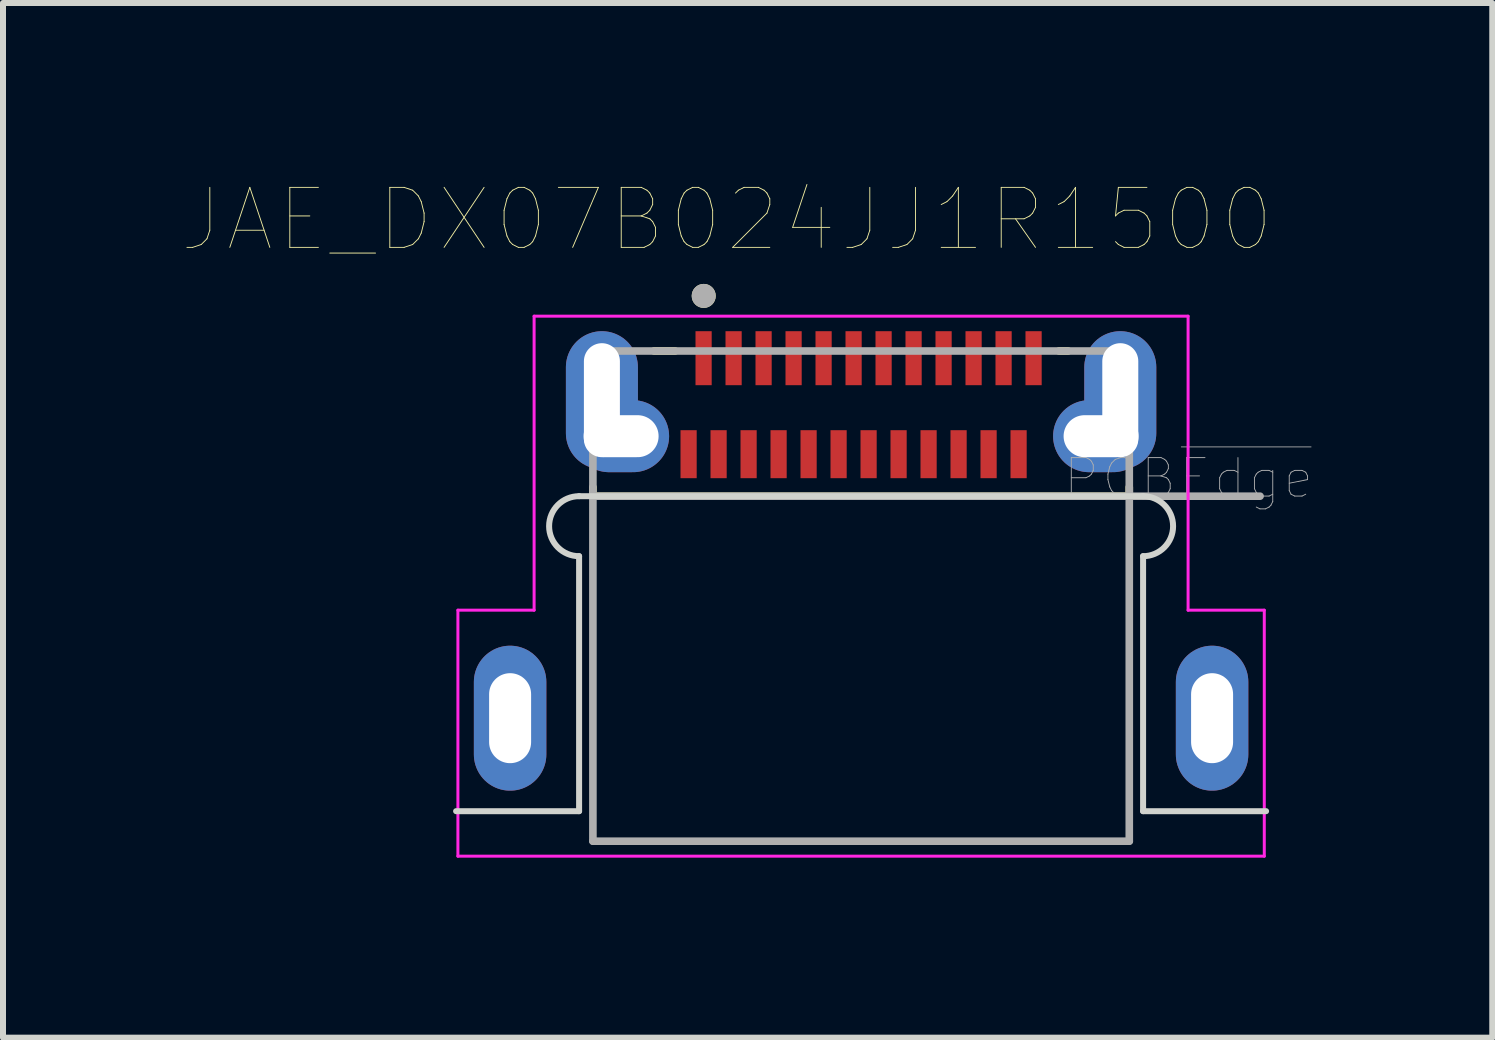
<source format=kicad_pcb>
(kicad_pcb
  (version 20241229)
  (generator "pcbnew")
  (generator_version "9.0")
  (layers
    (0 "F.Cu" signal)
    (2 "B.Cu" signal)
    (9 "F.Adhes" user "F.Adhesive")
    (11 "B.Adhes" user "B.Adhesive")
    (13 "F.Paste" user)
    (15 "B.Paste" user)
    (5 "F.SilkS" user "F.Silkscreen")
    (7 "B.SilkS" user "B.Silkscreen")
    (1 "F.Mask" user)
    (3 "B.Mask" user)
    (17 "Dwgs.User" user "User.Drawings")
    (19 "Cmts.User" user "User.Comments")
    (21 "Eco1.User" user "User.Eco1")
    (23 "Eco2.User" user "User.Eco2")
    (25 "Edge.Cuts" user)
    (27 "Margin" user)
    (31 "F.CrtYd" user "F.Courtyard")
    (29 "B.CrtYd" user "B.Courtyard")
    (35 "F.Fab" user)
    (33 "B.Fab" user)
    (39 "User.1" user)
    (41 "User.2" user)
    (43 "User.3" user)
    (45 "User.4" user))
  (footprint "JAE_DX07B024JJ1R1500"
    (layer "F.Cu")
    (at 11.302 3.62)
    (property "Reference" "JAE_DX07B024JJ1R1500" (at -2.236 -3.009 0) (layer "F.SilkS") (effects (font (size 1 1) (thickness 0.015))))
    (attr through_hole)
    (fp_poly (pts (xy 5.85 4.092) (xy 5.854 4.092) (xy 5.854 4.092) (xy 5.854 4.092) (xy 5.854 4.092) (xy 5.854 4.092) (xy 5.853 4.092) (xy 5.853 4.093) (xy 5.853 4.093) (xy 5.853 4.093) (xy 5.853 4.093) (xy 5.853 4.093) (xy 5.853 4.093) (xy 5.852 4.093) (xy 5.852 4.093) (xy 5.852 4.093) (xy 5.852 4.093) (xy 5.852 4.093) (xy 5.852 4.093) (xy 5.852 4.093) (xy 5.851 4.093) (xy 5.851 4.093) (xy 5.851 4.093) (xy 5.851 4.093) (xy 5.851 4.093) (xy 5.851 4.093) (xy 5.851 4.092) (xy 5.85 4.092) (xy 5.85 4.092) (xy 5.85 4.092) (xy 5.85 4.092) (xy 5.85 4.092)) (stroke (width 0.0001) (type solid)) (fill yes) (layer "F.Cu"))
    (fp_poly (pts (xy -6.555 5.91) (xy -6.555 4.15) (xy -6.554 4.124) (xy -6.552 4.098) (xy -6.549 4.072) (xy -6.544 4.046) (xy -6.538 4.021) (xy -6.531 3.995) (xy -6.522 3.971) (xy -6.512 3.947) (xy -6.501 3.923) (xy -6.488 3.9) (xy -6.474 3.878) (xy -6.46 3.856) (xy -6.444 3.835) (xy -6.427 3.815) (xy -6.409 3.796) (xy -6.39 3.778) (xy -6.37 3.761) (xy -6.349 3.745) (xy -6.327 3.731) (xy -6.305 3.717) (xy -6.282 3.704) (xy -6.258 3.693) (xy -6.234 3.683) (xy -6.21 3.674) (xy -6.184 3.667) (xy -6.159 3.661) (xy -6.133 3.656) (xy -6.107 3.653) (xy -6.081 3.651) (xy -6.055 3.65) (xy -5.645 3.65) (xy -5.619 3.651) (xy -5.593 3.653) (xy -5.567 3.656) (xy -5.541 3.661) (xy -5.516 3.667) (xy -5.49 3.674) (xy -5.466 3.683) (xy -5.442 3.693) (xy -5.418 3.704) (xy -5.395 3.717) (xy -5.373 3.731) (xy -5.351 3.745) (xy -5.33 3.761) (xy -5.31 3.778) (xy -5.291 3.796) (xy -5.273 3.815) (xy -5.256 3.835) (xy -5.24 3.856) (xy -5.226 3.878) (xy -5.212 3.9) (xy -5.199 3.923) (xy -5.188 3.947) (xy -5.178 3.971) (xy -5.169 3.995) (xy -5.162 4.021) (xy -5.156 4.046) (xy -5.151 4.072) (xy -5.148 4.098) (xy -5.146 4.124) (xy -5.145 4.15) (xy -5.145 5.925) (xy -5.146 5.961) (xy -5.149 5.997) (xy -5.153 6.032) (xy -5.16 6.067) (xy -5.168 6.102) (xy -5.179 6.137) (xy -5.19 6.17) (xy -5.204 6.204) (xy -5.22 6.236) (xy -5.237 6.268) (xy -5.256 6.298) (xy -5.276 6.328) (xy -5.298 6.356) (xy -5.321 6.383) (xy -5.346 6.409) (xy -5.372 6.434) (xy -5.399 6.457) (xy -5.427 6.479) (xy -5.457 6.499) (xy -5.487 6.518) (xy -5.519 6.535) (xy -5.551 6.551) (xy -5.585 6.565) (xy -5.618 6.576) (xy -5.653 6.587) (xy -5.688 6.595) (xy -5.723 6.602) (xy -5.758 6.606) (xy -5.794 6.609) (xy -5.83 6.61) (xy -5.855 6.61) (xy -5.892 6.609) (xy -5.928 6.606) (xy -5.965 6.601) (xy -6.001 6.595) (xy -6.036 6.586) (xy -6.071 6.576) (xy -6.106 6.564) (xy -6.14 6.549) (xy -6.173 6.534) (xy -6.205 6.516) (xy -6.236 6.497) (xy -6.266 6.476) (xy -6.296 6.454) (xy -6.323 6.43) (xy -6.35 6.405) (xy -6.375 6.378) (xy -6.399 6.351) (xy -6.421 6.321) (xy -6.442 6.291) (xy -6.461 6.26) (xy -6.479 6.228) (xy -6.494 6.195) (xy -6.509 6.161) (xy -6.521 6.126) (xy -6.531 6.091) (xy -6.54 6.056) (xy -6.546 6.02) (xy -6.551 5.983) (xy -6.554 5.947) (xy -6.555 5.91)) (stroke (width 0.0001) (type solid)) (fill yes) (layer "F.Mask"))
    (fp_poly (pts (xy 5.145 5.91) (xy 5.145 4.15) (xy 5.146 4.124) (xy 5.148 4.098) (xy 5.151 4.072) (xy 5.156 4.046) (xy 5.162 4.021) (xy 5.169 3.995) (xy 5.178 3.971) (xy 5.188 3.947) (xy 5.199 3.923) (xy 5.212 3.9) (xy 5.226 3.878) (xy 5.24 3.856) (xy 5.256 3.835) (xy 5.273 3.815) (xy 5.291 3.796) (xy 5.31 3.778) (xy 5.33 3.761) (xy 5.351 3.745) (xy 5.373 3.731) (xy 5.395 3.717) (xy 5.418 3.704) (xy 5.442 3.693) (xy 5.466 3.683) (xy 5.49 3.674) (xy 5.516 3.667) (xy 5.541 3.661) (xy 5.567 3.656) (xy 5.593 3.653) (xy 5.619 3.651) (xy 5.645 3.65) (xy 6.055 3.65) (xy 6.081 3.651) (xy 6.107 3.653) (xy 6.133 3.656) (xy 6.159 3.661) (xy 6.184 3.667) (xy 6.21 3.674) (xy 6.234 3.683) (xy 6.258 3.693) (xy 6.282 3.704) (xy 6.305 3.717) (xy 6.327 3.731) (xy 6.349 3.745) (xy 6.37 3.761) (xy 6.39 3.778) (xy 6.409 3.796) (xy 6.427 3.815) (xy 6.444 3.835) (xy 6.46 3.856) (xy 6.474 3.878) (xy 6.488 3.9) (xy 6.501 3.923) (xy 6.512 3.947) (xy 6.522 3.971) (xy 6.531 3.995) (xy 6.538 4.021) (xy 6.544 4.046) (xy 6.549 4.072) (xy 6.552 4.098) (xy 6.554 4.124) (xy 6.555 4.15) (xy 6.555 5.925) (xy 6.554 5.961) (xy 6.551 5.997) (xy 6.547 6.032) (xy 6.54 6.067) (xy 6.532 6.102) (xy 6.521 6.137) (xy 6.51 6.17) (xy 6.496 6.204) (xy 6.48 6.236) (xy 6.463 6.268) (xy 6.444 6.298) (xy 6.424 6.328) (xy 6.402 6.356) (xy 6.379 6.383) (xy 6.354 6.409) (xy 6.328 6.434) (xy 6.301 6.457) (xy 6.273 6.479) (xy 6.243 6.499) (xy 6.213 6.518) (xy 6.181 6.535) (xy 6.149 6.551) (xy 6.115 6.565) (xy 6.082 6.576) (xy 6.047 6.587) (xy 6.012 6.595) (xy 5.977 6.602) (xy 5.942 6.606) (xy 5.906 6.609) (xy 5.87 6.61) (xy 5.845 6.61) (xy 5.808 6.609) (xy 5.772 6.606) (xy 5.735 6.601) (xy 5.699 6.595) (xy 5.664 6.586) (xy 5.629 6.576) (xy 5.594 6.564) (xy 5.56 6.549) (xy 5.527 6.534) (xy 5.495 6.516) (xy 5.464 6.497) (xy 5.434 6.476) (xy 5.404 6.454) (xy 5.377 6.43) (xy 5.35 6.405) (xy 5.325 6.378) (xy 5.301 6.351) (xy 5.279 6.321) (xy 5.258 6.291) (xy 5.239 6.26) (xy 5.221 6.228) (xy 5.206 6.195) (xy 5.191 6.161) (xy 5.179 6.126) (xy 5.169 6.091) (xy 5.16 6.056) (xy 5.154 6.02) (xy 5.149 5.983) (xy 5.146 5.947) (xy 5.145 5.91)) (stroke (width 0.0001) (type solid)) (fill yes) (layer "F.Mask"))
    (fp_line (start -4.47 1.45) (end -4.47 1.6) (stroke (width 0.127) (type solid)) (layer "F.SilkS"))
    (fp_line (start -4.47 1.6) (end 4.47 1.6) (stroke (width 0.127) (type solid)) (layer "F.SilkS"))
    (fp_line (start -3.45 -0.82) (end -3.1 -0.82) (stroke (width 0.127) (type solid)) (layer "F.SilkS"))
    (fp_line (start 3.3 -0.82) (end 3.45 -0.82) (stroke (width 0.127) (type solid)) (layer "F.SilkS"))
    (fp_line (start 4.47 1.6) (end 4.47 1.45) (stroke (width 0.127) (type solid)) (layer "F.SilkS"))
    (fp_circle (center -2.623 -1.738) (end -2.523 -1.738) (stroke (width 0.2) (type solid)) (fill no) (layer "F.SilkS"))
    (fp_poly (pts (xy -6.454 5.102) (xy -6.454 4.66) (xy -6.453 4.634) (xy -6.451 4.608) (xy -6.448 4.582) (xy -6.443 4.556) (xy -6.437 4.531) (xy -6.43 4.505) (xy -6.421 4.481) (xy -6.411 4.457) (xy -6.4 4.433) (xy -6.387 4.41) (xy -6.373 4.388) (xy -6.359 4.366) (xy -6.343 4.345) (xy -6.326 4.325) (xy -6.308 4.306) (xy -6.289 4.288) (xy -6.269 4.271) (xy -6.248 4.255) (xy -6.226 4.241) (xy -6.204 4.227) (xy -6.181 4.214) (xy -6.157 4.203) (xy -6.133 4.193) (xy -6.109 4.184) (xy -6.083 4.177) (xy -6.058 4.171) (xy -6.032 4.166) (xy -6.006 4.163) (xy -5.98 4.161) (xy -5.954 4.16) (xy -5.85 4.16) (xy -5.85 4.502) (xy -5.854 4.502) (xy -5.885 4.503) (xy -5.917 4.505) (xy -5.948 4.509) (xy -5.979 4.515) (xy -6.009 4.522) (xy -6.039 4.531) (xy -6.069 4.542) (xy -6.098 4.554) (xy -6.126 4.567) (xy -6.154 4.582) (xy -6.181 4.599) (xy -6.207 4.617) (xy -6.232 4.636) (xy -6.255 4.656) (xy -6.278 4.678) (xy -6.3 4.701) (xy -6.32 4.724) (xy -6.339 4.749) (xy -6.357 4.775) (xy -6.374 4.802) (xy -6.389 4.83) (xy -6.402 4.858) (xy -6.414 4.887) (xy -6.425 4.917) (xy -6.434 4.947) (xy -6.441 4.977) (xy -6.447 5.008) (xy -6.451 5.039) (xy -6.453 5.071) (xy -6.454 5.102)) (stroke (width 0.0001) (type solid)) (fill yes) (layer "F.Paste"))
    (fp_poly (pts (xy -5.246 5.102) (xy -5.246 4.66) (xy -5.247 4.634) (xy -5.249 4.608) (xy -5.252 4.582) (xy -5.257 4.556) (xy -5.263 4.531) (xy -5.27 4.505) (xy -5.279 4.481) (xy -5.289 4.457) (xy -5.3 4.433) (xy -5.313 4.41) (xy -5.327 4.388) (xy -5.341 4.366) (xy -5.357 4.345) (xy -5.374 4.325) (xy -5.392 4.306) (xy -5.411 4.288) (xy -5.431 4.271) (xy -5.452 4.255) (xy -5.474 4.241) (xy -5.496 4.227) (xy -5.519 4.214) (xy -5.543 4.203) (xy -5.567 4.193) (xy -5.591 4.184) (xy -5.617 4.177) (xy -5.642 4.171) (xy -5.668 4.166) (xy -5.694 4.163) (xy -5.72 4.161) (xy -5.746 4.16) (xy -5.85 4.16) (xy -5.85 4.502) (xy -5.846 4.502) (xy -5.815 4.503) (xy -5.783 4.505) (xy -5.752 4.509) (xy -5.721 4.515) (xy -5.691 4.522) (xy -5.661 4.531) (xy -5.631 4.542) (xy -5.602 4.554) (xy -5.574 4.567) (xy -5.546 4.582) (xy -5.519 4.599) (xy -5.493 4.617) (xy -5.468 4.636) (xy -5.445 4.656) (xy -5.422 4.678) (xy -5.4 4.701) (xy -5.38 4.724) (xy -5.361 4.749) (xy -5.343 4.775) (xy -5.326 4.802) (xy -5.311 4.83) (xy -5.298 4.858) (xy -5.286 4.887) (xy -5.275 4.917) (xy -5.266 4.947) (xy -5.259 4.977) (xy -5.253 5.008) (xy -5.249 5.039) (xy -5.247 5.071) (xy -5.246 5.102)) (stroke (width 0.0001) (type solid)) (fill yes) (layer "F.Paste"))
    (fp_poly (pts (xy -4.924 -0.348) (xy -4.924 -0.79) (xy -4.923 -0.816) (xy -4.921 -0.842) (xy -4.918 -0.868) (xy -4.913 -0.894) (xy -4.907 -0.919) (xy -4.9 -0.945) (xy -4.891 -0.969) (xy -4.881 -0.993) (xy -4.87 -1.017) (xy -4.857 -1.04) (xy -4.843 -1.062) (xy -4.829 -1.084) (xy -4.813 -1.105) (xy -4.796 -1.125) (xy -4.778 -1.144) (xy -4.759 -1.162) (xy -4.739 -1.179) (xy -4.718 -1.195) (xy -4.696 -1.209) (xy -4.674 -1.223) (xy -4.651 -1.236) (xy -4.627 -1.247) (xy -4.603 -1.257) (xy -4.579 -1.266) (xy -4.553 -1.273) (xy -4.528 -1.279) (xy -4.502 -1.284) (xy -4.476 -1.287) (xy -4.45 -1.289) (xy -4.424 -1.29) (xy -4.32 -1.29) (xy -4.32 -0.948) (xy -4.324 -0.948) (xy -4.355 -0.947) (xy -4.387 -0.945) (xy -4.418 -0.941) (xy -4.449 -0.935) (xy -4.479 -0.928) (xy -4.509 -0.919) (xy -4.539 -0.908) (xy -4.568 -0.896) (xy -4.596 -0.883) (xy -4.624 -0.868) (xy -4.651 -0.851) (xy -4.677 -0.833) (xy -4.702 -0.814) (xy -4.725 -0.794) (xy -4.748 -0.772) (xy -4.77 -0.749) (xy -4.79 -0.726) (xy -4.809 -0.701) (xy -4.827 -0.675) (xy -4.844 -0.648) (xy -4.859 -0.62) (xy -4.872 -0.592) (xy -4.884 -0.563) (xy -4.895 -0.533) (xy -4.904 -0.503) (xy -4.911 -0.473) (xy -4.917 -0.442) (xy -4.921 -0.411) (xy -4.923 -0.379) (xy -4.924 -0.348)) (stroke (width 0.0001) (type solid)) (fill yes) (layer "F.Paste"))
    (fp_poly (pts (xy -3.716 -0.348) (xy -3.716 -0.79) (xy -3.717 -0.816) (xy -3.719 -0.842) (xy -3.722 -0.868) (xy -3.727 -0.894) (xy -3.733 -0.919) (xy -3.74 -0.945) (xy -3.749 -0.969) (xy -3.759 -0.993) (xy -3.77 -1.017) (xy -3.783 -1.04) (xy -3.797 -1.062) (xy -3.811 -1.084) (xy -3.827 -1.105) (xy -3.844 -1.125) (xy -3.862 -1.144) (xy -3.881 -1.162) (xy -3.901 -1.179) (xy -3.922 -1.195) (xy -3.944 -1.209) (xy -3.966 -1.223) (xy -3.989 -1.236) (xy -4.013 -1.247) (xy -4.037 -1.257) (xy -4.061 -1.266) (xy -4.087 -1.273) (xy -4.112 -1.279) (xy -4.138 -1.284) (xy -4.164 -1.287) (xy -4.19 -1.289) (xy -4.216 -1.29) (xy -4.32 -1.29) (xy -4.32 -0.948) (xy -4.316 -0.948) (xy -4.285 -0.947) (xy -4.253 -0.945) (xy -4.222 -0.941) (xy -4.191 -0.935) (xy -4.161 -0.928) (xy -4.131 -0.919) (xy -4.101 -0.908) (xy -4.072 -0.896) (xy -4.044 -0.883) (xy -4.016 -0.868) (xy -3.989 -0.851) (xy -3.963 -0.833) (xy -3.938 -0.814) (xy -3.915 -0.794) (xy -3.892 -0.772) (xy -3.87 -0.749) (xy -3.85 -0.726) (xy -3.831 -0.701) (xy -3.813 -0.675) (xy -3.796 -0.648) (xy -3.781 -0.62) (xy -3.768 -0.592) (xy -3.756 -0.563) (xy -3.745 -0.533) (xy -3.736 -0.503) (xy -3.729 -0.473) (xy -3.723 -0.442) (xy -3.719 -0.411) (xy -3.717 -0.379) (xy -3.716 -0.348)) (stroke (width 0.0001) (type solid)) (fill yes) (layer "F.Paste"))
    (fp_poly (pts (xy 3.716 -0.368) (xy 3.716 -0.81) (xy 3.717 -0.836) (xy 3.719 -0.862) (xy 3.722 -0.888) (xy 3.727 -0.914) (xy 3.733 -0.939) (xy 3.74 -0.965) (xy 3.749 -0.989) (xy 3.759 -1.013) (xy 3.77 -1.037) (xy 3.783 -1.06) (xy 3.797 -1.082) (xy 3.811 -1.104) (xy 3.827 -1.125) (xy 3.844 -1.145) (xy 3.862 -1.164) (xy 3.881 -1.182) (xy 3.901 -1.199) (xy 3.922 -1.215) (xy 3.944 -1.229) (xy 3.966 -1.243) (xy 3.989 -1.256) (xy 4.013 -1.267) (xy 4.037 -1.277) (xy 4.061 -1.286) (xy 4.087 -1.293) (xy 4.112 -1.299) (xy 4.138 -1.304) (xy 4.164 -1.307) (xy 4.19 -1.309) (xy 4.216 -1.31) (xy 4.32 -1.31) (xy 4.32 -0.968) (xy 4.316 -0.968) (xy 4.285 -0.967) (xy 4.253 -0.965) (xy 4.222 -0.961) (xy 4.191 -0.955) (xy 4.161 -0.948) (xy 4.131 -0.939) (xy 4.101 -0.928) (xy 4.072 -0.916) (xy 4.044 -0.903) (xy 4.016 -0.888) (xy 3.989 -0.871) (xy 3.963 -0.853) (xy 3.938 -0.834) (xy 3.915 -0.814) (xy 3.892 -0.792) (xy 3.87 -0.769) (xy 3.85 -0.746) (xy 3.831 -0.721) (xy 3.813 -0.695) (xy 3.796 -0.668) (xy 3.781 -0.64) (xy 3.768 -0.612) (xy 3.756 -0.583) (xy 3.745 -0.553) (xy 3.736 -0.523) (xy 3.729 -0.493) (xy 3.723 -0.462) (xy 3.719 -0.431) (xy 3.717 -0.399) (xy 3.716 -0.368)) (stroke (width 0.0001) (type solid)) (fill yes) (layer "F.Paste"))
    (fp_poly (pts (xy 4.924 -0.368) (xy 4.924 -0.81) (xy 4.923 -0.836) (xy 4.921 -0.862) (xy 4.918 -0.888) (xy 4.913 -0.914) (xy 4.907 -0.939) (xy 4.9 -0.965) (xy 4.891 -0.989) (xy 4.881 -1.013) (xy 4.87 -1.037) (xy 4.857 -1.06) (xy 4.843 -1.082) (xy 4.829 -1.104) (xy 4.813 -1.125) (xy 4.796 -1.145) (xy 4.778 -1.164) (xy 4.759 -1.182) (xy 4.739 -1.199) (xy 4.718 -1.215) (xy 4.696 -1.229) (xy 4.674 -1.243) (xy 4.651 -1.256) (xy 4.627 -1.267) (xy 4.603 -1.277) (xy 4.579 -1.286) (xy 4.553 -1.293) (xy 4.528 -1.299) (xy 4.502 -1.304) (xy 4.476 -1.307) (xy 4.45 -1.309) (xy 4.424 -1.31) (xy 4.32 -1.31) (xy 4.32 -0.968) (xy 4.324 -0.968) (xy 4.355 -0.967) (xy 4.387 -0.965) (xy 4.418 -0.961) (xy 4.449 -0.955) (xy 4.479 -0.948) (xy 4.509 -0.939) (xy 4.539 -0.928) (xy 4.568 -0.916) (xy 4.596 -0.903) (xy 4.624 -0.888) (xy 4.651 -0.871) (xy 4.677 -0.853) (xy 4.702 -0.834) (xy 4.725 -0.814) (xy 4.748 -0.792) (xy 4.77 -0.769) (xy 4.79 -0.746) (xy 4.809 -0.721) (xy 4.827 -0.695) (xy 4.844 -0.668) (xy 4.859 -0.64) (xy 4.872 -0.612) (xy 4.884 -0.583) (xy 4.895 -0.553) (xy 4.904 -0.523) (xy 4.911 -0.493) (xy 4.917 -0.462) (xy 4.921 -0.431) (xy 4.923 -0.399) (xy 4.924 -0.368)) (stroke (width 0.0001) (type solid)) (fill yes) (layer "F.Paste"))
    (fp_poly (pts (xy 5.246 5.092) (xy 5.246 4.65) (xy 5.247 4.624) (xy 5.249 4.598) (xy 5.252 4.572) (xy 5.257 4.546) (xy 5.263 4.521) (xy 5.27 4.495) (xy 5.279 4.471) (xy 5.289 4.447) (xy 5.3 4.423) (xy 5.313 4.4) (xy 5.327 4.378) (xy 5.341 4.356) (xy 5.357 4.335) (xy 5.374 4.315) (xy 5.392 4.296) (xy 5.411 4.278) (xy 5.431 4.261) (xy 5.452 4.245) (xy 5.474 4.231) (xy 5.496 4.217) (xy 5.519 4.204) (xy 5.543 4.193) (xy 5.567 4.183) (xy 5.591 4.174) (xy 5.617 4.167) (xy 5.642 4.161) (xy 5.668 4.156) (xy 5.694 4.153) (xy 5.72 4.151) (xy 5.746 4.15) (xy 5.85 4.15) (xy 5.85 4.492) (xy 5.846 4.492) (xy 5.815 4.493) (xy 5.783 4.495) (xy 5.752 4.499) (xy 5.721 4.505) (xy 5.691 4.512) (xy 5.661 4.521) (xy 5.631 4.532) (xy 5.602 4.544) (xy 5.574 4.557) (xy 5.546 4.572) (xy 5.519 4.589) (xy 5.493 4.607) (xy 5.468 4.626) (xy 5.445 4.646) (xy 5.422 4.668) (xy 5.4 4.691) (xy 5.38 4.714) (xy 5.361 4.739) (xy 5.343 4.765) (xy 5.326 4.792) (xy 5.311 4.82) (xy 5.298 4.848) (xy 5.286 4.877) (xy 5.275 4.907) (xy 5.266 4.937) (xy 5.259 4.967) (xy 5.253 4.998) (xy 5.249 5.029) (xy 5.247 5.061) (xy 5.246 5.092)) (stroke (width 0.0001) (type solid)) (fill yes) (layer "F.Paste"))
    (fp_poly (pts (xy 6.454 5.092) (xy 6.454 4.65) (xy 6.453 4.624) (xy 6.451 4.598) (xy 6.448 4.572) (xy 6.443 4.546) (xy 6.437 4.521) (xy 6.43 4.495) (xy 6.421 4.471) (xy 6.411 4.447) (xy 6.4 4.423) (xy 6.387 4.4) (xy 6.373 4.378) (xy 6.359 4.356) (xy 6.343 4.335) (xy 6.326 4.315) (xy 6.308 4.296) (xy 6.289 4.278) (xy 6.269 4.261) (xy 6.248 4.245) (xy 6.226 4.231) (xy 6.204 4.217) (xy 6.181 4.204) (xy 6.157 4.193) (xy 6.133 4.183) (xy 6.109 4.174) (xy 6.083 4.167) (xy 6.058 4.161) (xy 6.032 4.156) (xy 6.006 4.153) (xy 5.98 4.151) (xy 5.954 4.15) (xy 5.85 4.15) (xy 5.85 4.492) (xy 5.854 4.492) (xy 5.885 4.493) (xy 5.917 4.495) (xy 5.948 4.499) (xy 5.979 4.505) (xy 6.009 4.512) (xy 6.039 4.521) (xy 6.069 4.532) (xy 6.098 4.544) (xy 6.126 4.557) (xy 6.154 4.572) (xy 6.181 4.589) (xy 6.207 4.607) (xy 6.232 4.626) (xy 6.255 4.646) (xy 6.278 4.668) (xy 6.3 4.691) (xy 6.32 4.714) (xy 6.339 4.739) (xy 6.357 4.765) (xy 6.374 4.792) (xy 6.389 4.82) (xy 6.402 4.848) (xy 6.414 4.877) (xy 6.425 4.907) (xy 6.434 4.937) (xy 6.441 4.967) (xy 6.447 4.998) (xy 6.451 5.029) (xy 6.453 5.061) (xy 6.454 5.092)) (stroke (width 0.0001) (type solid)) (fill yes) (layer "F.Paste"))
    (fp_line (start -4.7 1.6) (end 4.7 1.6) (stroke (width 0.1) (type solid)) (layer "Edge.Cuts"))
    (fp_line (start -4.7 6.85) (end -6.75 6.85) (stroke (width 0.1) (type solid)) (layer "Edge.Cuts"))
    (fp_line (start -4.7 6.85) (end -4.7 2.6) (stroke (width 0.1) (type solid)) (layer "Edge.Cuts"))
    (fp_line (start 4.7 2.6) (end 4.7 6.85) (stroke (width 0.1) (type solid)) (layer "Edge.Cuts"))
    (fp_line (start 6.75 6.85) (end 4.7 6.85) (stroke (width 0.1) (type solid)) (layer "Edge.Cuts"))
    (fp_arc (start -4.7 2.6) (mid -5.2 2.1) (end -4.7 1.6) (stroke (width 0.1) (type solid)) (layer "Edge.Cuts"))
    (fp_arc (start 4.7 1.6) (mid 5.2 2.1) (end 4.7 2.6) (stroke (width 0.1) (type solid)) (layer "Edge.Cuts"))
    (fp_line (start -6.72 3.5) (end -5.45 3.5) (stroke (width 0.05) (type solid)) (layer "F.CrtYd"))
    (fp_line (start -6.72 7.6) (end -6.72 3.5) (stroke (width 0.05) (type solid)) (layer "F.CrtYd"))
    (fp_line (start -5.45 -1.4) (end 5.45 -1.4) (stroke (width 0.05) (type solid)) (layer "F.CrtYd"))
    (fp_line (start -5.45 3.5) (end -5.45 -1.4) (stroke (width 0.05) (type solid)) (layer "F.CrtYd"))
    (fp_line (start 5.45 -1.4) (end 5.45 3.5) (stroke (width 0.05) (type solid)) (layer "F.CrtYd"))
    (fp_line (start 5.45 3.5) (end 6.72 3.5) (stroke (width 0.05) (type solid)) (layer "F.CrtYd"))
    (fp_line (start 6.72 3.5) (end 6.72 7.6) (stroke (width 0.05) (type solid)) (layer "F.CrtYd"))
    (fp_line (start 6.72 7.6) (end -6.72 7.6) (stroke (width 0.05) (type solid)) (layer "F.CrtYd"))
    (fp_line (start -4.47 -0.82) (end 4.47 -0.82) (stroke (width 0.127) (type solid)) (layer "F.Fab"))
    (fp_line (start -4.47 1.6) (end -4.47 -0.82) (stroke (width 0.127) (type solid)) (layer "F.Fab"))
    (fp_line (start -4.47 1.6) (end 4.47 1.6) (stroke (width 0.127) (type solid)) (layer "F.Fab"))
    (fp_line (start -4.47 7.35) (end -4.47 1.6) (stroke (width 0.127) (type solid)) (layer "F.Fab"))
    (fp_line (start 4.47 -0.82) (end 4.47 1.6) (stroke (width 0.127) (type solid)) (layer "F.Fab"))
    (fp_line (start 4.47 1.6) (end 4.47 7.35) (stroke (width 0.127) (type solid)) (layer "F.Fab"))
    (fp_line (start 4.47 1.6) (end 6.65 1.6) (stroke (width 0.127) (type solid)) (layer "F.Fab"))
    (fp_line (start 4.47 7.35) (end -4.47 7.35) (stroke (width 0.127) (type solid)) (layer "F.Fab"))
    (fp_circle (center -2.623 -1.738) (end -2.523 -1.738) (stroke (width 0.2) (type solid)) (fill no) (layer "F.Fab"))
    (fp_text user "PCB~{Edge}" (at 5.457 1.302 0) (layer "F.Fab") (effects (font (size 0.641 0.641) (thickness 0.015))))
    (pad "A1" smd rect (at -2.625 -0.7) (size 0.27 0.9) (layers "F.Cu" "F.Mask" "F.Paste"))
    (pad "A2" smd rect (at -2.125 -0.7) (size 0.27 0.9) (layers "F.Cu" "F.Mask" "F.Paste"))
    (pad "A3" smd rect (at -1.625 -0.7) (size 0.27 0.9) (layers "F.Cu" "F.Mask" "F.Paste"))
    (pad "A4" smd rect (at -1.125 -0.7) (size 0.27 0.9) (layers "F.Cu" "F.Mask" "F.Paste"))
    (pad "A5" smd rect (at -0.625 -0.7) (size 0.27 0.9) (layers "F.Cu" "F.Mask" "F.Paste"))
    (pad "A6" smd rect (at -0.125 -0.7) (size 0.27 0.9) (layers "F.Cu" "F.Mask" "F.Paste"))
    (pad "A7" smd rect (at 0.375 -0.7) (size 0.27 0.9) (layers "F.Cu" "F.Mask" "F.Paste"))
    (pad "A8" smd rect (at 0.875 -0.7) (size 0.27 0.9) (layers "F.Cu" "F.Mask" "F.Paste"))
    (pad "A9" smd rect (at 1.375 -0.7) (size 0.27 0.9) (layers "F.Cu" "F.Mask" "F.Paste"))
    (pad "A10" smd rect (at 1.875 -0.7) (size 0.27 0.9) (layers "F.Cu" "F.Mask" "F.Paste"))
    (pad "A11" smd rect (at 2.375 -0.7) (size 0.27 0.9) (layers "F.Cu" "F.Mask" "F.Paste"))
    (pad "A12" smd rect (at 2.875 -0.7) (size 0.27 0.9) (layers "F.Cu" "F.Mask" "F.Paste"))
    (pad "B1" smd rect (at 2.625 0.9) (size 0.27 0.8) (layers "F.Cu" "F.Mask" "F.Paste"))
    (pad "B2" smd rect (at 2.125 0.9) (size 0.27 0.8) (layers "F.Cu" "F.Mask" "F.Paste"))
    (pad "B3" smd rect (at 1.625 0.9) (size 0.27 0.8) (layers "F.Cu" "F.Mask" "F.Paste"))
    (pad "B4" smd rect (at 1.125 0.9) (size 0.27 0.8) (layers "F.Cu" "F.Mask" "F.Paste"))
    (pad "B5" smd rect (at 0.625 0.9) (size 0.27 0.8) (layers "F.Cu" "F.Mask" "F.Paste"))
    (pad "B6" smd rect (at 0.125 0.9) (size 0.27 0.8) (layers "F.Cu" "F.Mask" "F.Paste"))
    (pad "B7" smd rect (at -0.375 0.9) (size 0.27 0.8) (layers "F.Cu" "F.Mask" "F.Paste"))
    (pad "B8" smd rect (at -0.875 0.9) (size 0.27 0.8) (layers "F.Cu" "F.Mask" "F.Paste"))
    (pad "B9" smd rect (at -1.375 0.9) (size 0.27 0.8) (layers "F.Cu" "F.Mask" "F.Paste"))
    (pad "B10" smd rect (at -1.875 0.9) (size 0.27 0.8) (layers "F.Cu" "F.Mask" "F.Paste"))
    (pad "B11" smd rect (at -2.375 0.9) (size 0.27 0.8) (layers "F.Cu" "F.Mask" "F.Paste"))
    (pad "B12" smd rect (at -2.875 0.9) (size 0.27 0.8) (layers "F.Cu" "F.Mask" "F.Paste"))
    (pad "S1" thru_hole oval (at -5.85 5.3) (size 1.208 2.416) (drill oval 0.7 1.5) (layers "*.Cu" "*.Mask"))
    (pad "S1" thru_hole oval (at -4.32 0) (size 1.2 2.3) (drill oval 0.6 1.9) (layers "*.Cu" "*.Mask"))
    (pad "S1" thru_hole oval (at -4 0.6) (size 1.6 1.2) (drill oval 1.25 0.7) (layers "*.Cu" "*.Mask"))
    (pad "S1" thru_hole oval (at 4 0.6) (size 1.6 1.2) (drill oval 1.25 0.7) (layers "*.Cu" "*.Mask"))
    (pad "S1" thru_hole oval (at 4.32 0) (size 1.2 2.3) (drill oval 0.6 1.9) (layers "*.Cu" "*.Mask"))
    (pad "S1" thru_hole oval (at 5.85 5.3) (size 1.208 2.416) (drill oval 0.7 1.5) (layers "*.Cu" "*.Mask")))
  (gr_rect
    (start -3 -3)
    (end 21.822 14.245)
    (stroke (width 0.1) (type default))
    (fill no)
    (layer "Edge.Cuts")))
</source>
